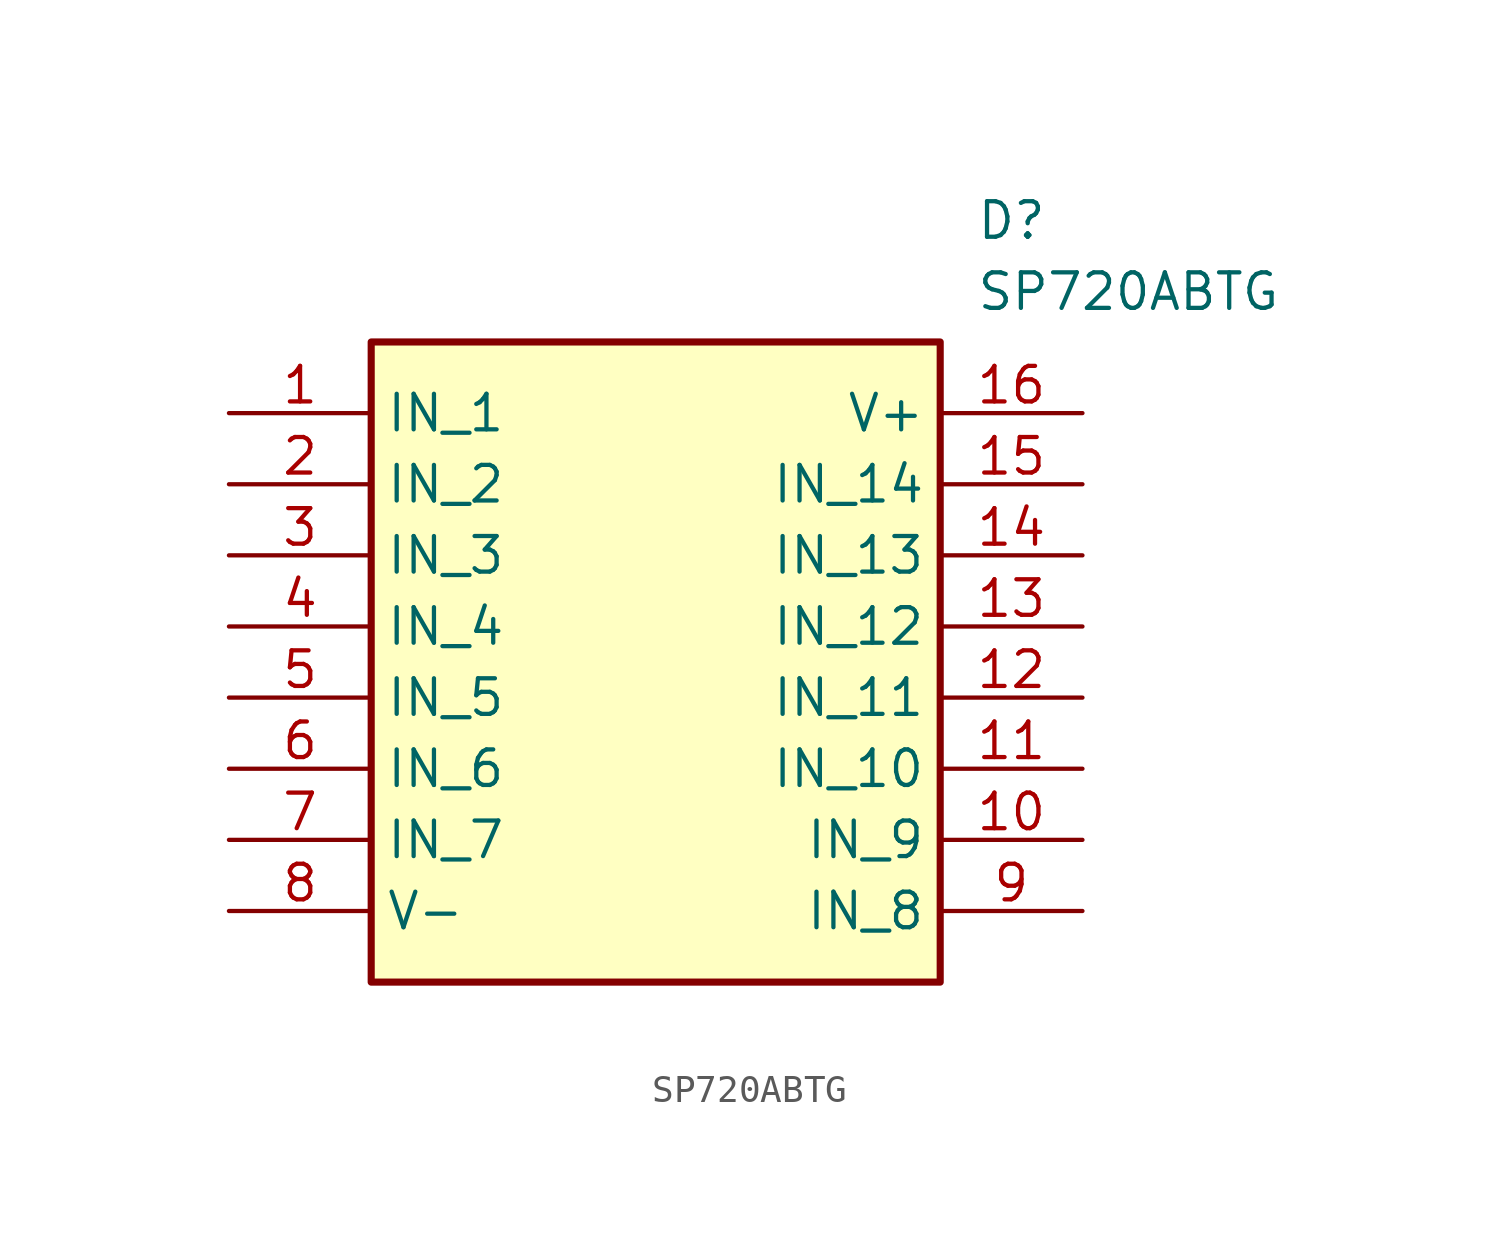
<source format=kicad_sym>
(kicad_symbol_lib
  (version 20211014)
  (generator SamacSys_ECAD_Model)
  (symbol "SP720ABTG"
    (property "Reference" "D"
      (at 26.67 7.62 0)
      (effects (font (size 1.27 1.27)) (justify left top)))
    (property "Value" "SP720ABTG"
      (at 26.67 5.08 0)
      (effects (font (size 1.27 1.27)) (justify left top)))
    (rectangle
      (start 5.08 2.54)
      (end 25.4 -20.32)
      (stroke (width 0.254) (type default))
      (fill (type background)))
    (pin passive line
      (at 0 0 0)
      (length 5.08)
      (name "IN_1" (effects (font (size 1.27 1.27))))
      (number "1" (effects (font (size 1.27 1.27)))))
    (pin passive line
      (at 0 -2.54 0)
      (length 5.08)
      (name "IN_2" (effects (font (size 1.27 1.27))))
      (number "2" (effects (font (size 1.27 1.27)))))
    (pin passive line
      (at 0 -5.08 0)
      (length 5.08)
      (name "IN_3" (effects (font (size 1.27 1.27))))
      (number "3" (effects (font (size 1.27 1.27)))))
    (pin passive line
      (at 0 -7.62 0)
      (length 5.08)
      (name "IN_4" (effects (font (size 1.27 1.27))))
      (number "4" (effects (font (size 1.27 1.27)))))
    (pin passive line
      (at 0 -10.16 0)
      (length 5.08)
      (name "IN_5" (effects (font (size 1.27 1.27))))
      (number "5" (effects (font (size 1.27 1.27)))))
    (pin passive line
      (at 0 -12.7 0)
      (length 5.08)
      (name "IN_6" (effects (font (size 1.27 1.27))))
      (number "6" (effects (font (size 1.27 1.27)))))
    (pin passive line
      (at 0 -15.24 0)
      (length 5.08)
      (name "IN_7" (effects (font (size 1.27 1.27))))
      (number "7" (effects (font (size 1.27 1.27)))))
    (pin passive line
      (at 0 -17.78 0)
      (length 5.08)
      (name "V-" (effects (font (size 1.27 1.27))))
      (number "8" (effects (font (size 1.27 1.27)))))
    (pin passive line
      (at 30.48 0 180)
      (length 5.08)
      (name "V+" (effects (font (size 1.27 1.27))))
      (number "16" (effects (font (size 1.27 1.27)))))
    (pin passive line
      (at 30.48 -2.54 180)
      (length 5.08)
      (name "IN_14" (effects (font (size 1.27 1.27))))
      (number "15" (effects (font (size 1.27 1.27)))))
    (pin passive line
      (at 30.48 -5.08 180)
      (length 5.08)
      (name "IN_13" (effects (font (size 1.27 1.27))))
      (number "14" (effects (font (size 1.27 1.27)))))
    (pin passive line
      (at 30.48 -7.62 180)
      (length 5.08)
      (name "IN_12" (effects (font (size 1.27 1.27))))
      (number "13" (effects (font (size 1.27 1.27)))))
    (pin passive line
      (at 30.48 -10.16 180)
      (length 5.08)
      (name "IN_11" (effects (font (size 1.27 1.27))))
      (number "12" (effects (font (size 1.27 1.27)))))
    (pin passive line
      (at 30.48 -12.7 180)
      (length 5.08)
      (name "IN_10" (effects (font (size 1.27 1.27))))
      (number "11" (effects (font (size 1.27 1.27)))))
    (pin passive line
      (at 30.48 -15.24 180)
      (length 5.08)
      (name "IN_9" (effects (font (size 1.27 1.27))))
      (number "10" (effects (font (size 1.27 1.27)))))
    (pin passive line
      (at 30.48 -17.78 180)
      (length 5.08)
      (name "IN_8" (effects (font (size 1.27 1.27))))
      (number "9" (effects (font (size 1.27 1.27)))))))
</source>
